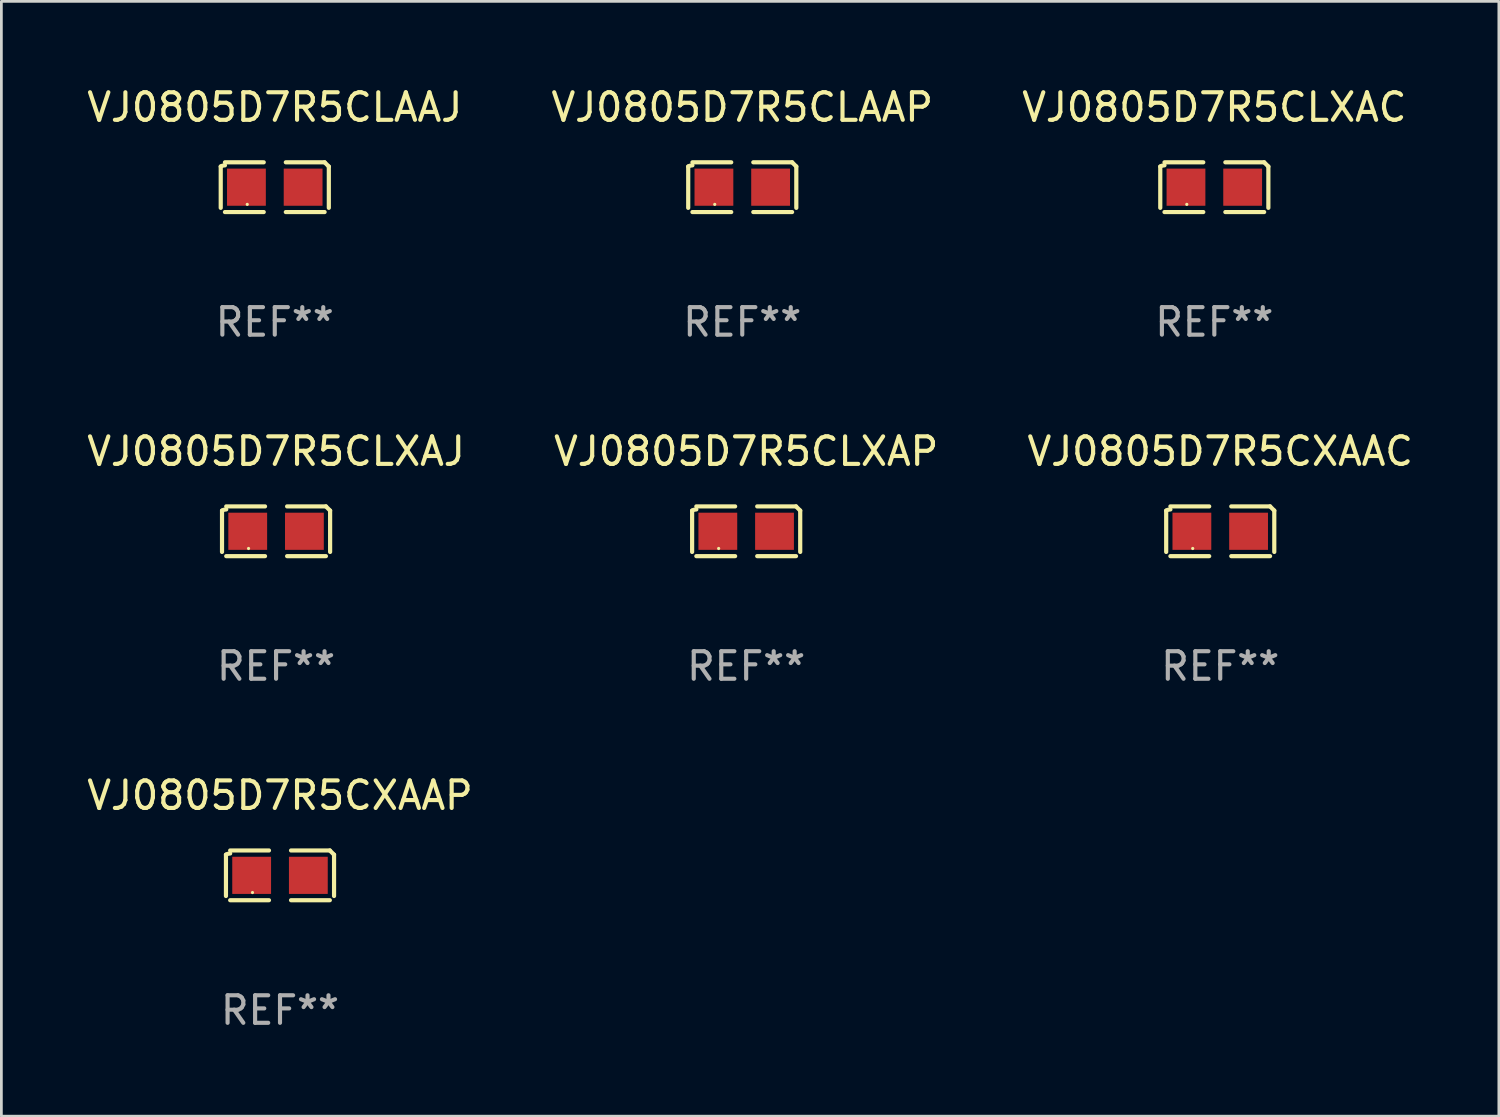
<source format=kicad_pcb>
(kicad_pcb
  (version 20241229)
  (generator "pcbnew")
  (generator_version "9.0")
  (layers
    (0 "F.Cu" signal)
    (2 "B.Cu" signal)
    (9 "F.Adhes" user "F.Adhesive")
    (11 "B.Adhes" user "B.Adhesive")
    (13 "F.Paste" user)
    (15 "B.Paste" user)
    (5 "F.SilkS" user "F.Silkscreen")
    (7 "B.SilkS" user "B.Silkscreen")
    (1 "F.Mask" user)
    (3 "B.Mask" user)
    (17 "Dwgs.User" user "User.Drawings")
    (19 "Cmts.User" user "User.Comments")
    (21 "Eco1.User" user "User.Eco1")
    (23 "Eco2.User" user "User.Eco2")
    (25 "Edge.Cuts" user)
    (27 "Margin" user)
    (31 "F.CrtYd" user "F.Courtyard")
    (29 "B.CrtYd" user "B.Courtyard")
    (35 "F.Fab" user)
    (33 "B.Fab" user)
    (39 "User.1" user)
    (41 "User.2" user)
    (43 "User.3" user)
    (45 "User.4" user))
  (footprint "VJ0805D7R5CLAAJ"
    (layer "F.Cu")
    (at 6.935 3.752)
    (property "Reference" "VJ0805D7R5CLAAJ" (at 0 -2.904 0) (layer "F.SilkS") (effects (font (size 1 1) (thickness 0.15))))
    (attr through_hole)
    (fp_line (start -1.964 0.751) (end -1.964 -0.751) (stroke (width 0.152) (type solid)) (layer "F.SilkS"))
    (fp_line (start -1.811 -0.904) (end -0.401 -0.904) (stroke (width 0.152) (type solid)) (layer "F.SilkS"))
    (fp_line (start -0.401 0.904) (end -1.811 0.904) (stroke (width 0.152) (type solid)) (layer "F.SilkS"))
    (fp_line (start 0.401 0.904) (end 1.811 0.904) (stroke (width 0.152) (type solid)) (layer "F.SilkS"))
    (fp_line (start 1.811 -0.904) (end 0.401 -0.904) (stroke (width 0.152) (type solid)) (layer "F.SilkS"))
    (fp_line (start 1.964 0.751) (end 1.964 -0.751) (stroke (width 0.152) (type solid)) (layer "F.SilkS"))
    (fp_arc (start -1.963602 -0.751207) (mid -1.890354 -0.783131) (end -1.811201 -0.794044) (stroke (width 0.1524) (type solid)) (layer "F.SilkS"))
    (fp_arc (start 1.811202 -0.903607) (mid 1.887413 -0.827418) (end 1.963602 -0.751207) (stroke (width 0.1524) (type solid)) (layer "F.SilkS"))
    (fp_circle (center -1 0.625) (end -0.97 0.625) (stroke (width 0.06) (type solid)) (fill no) (layer "F.SilkS"))
    (fp_text user "REF**" (at 0 4.904 0) (layer "F.Fab") (effects (font (size 1 1) (thickness 0.15))))
    (pad "1" smd rect (at -1.03 0) (size 1.41 1.35) (layers "F.Cu" "F.Mask" "F.Paste"))
    (pad "2" smd rect (at 1.03 0) (size 1.41 1.35) (layers "F.Cu" "F.Mask" "F.Paste")))
  (footprint "VJ0805D7R5CXAAC"
    (layer "F.Cu")
    (at 41.292 16.256)
    (property "Reference" "VJ0805D7R5CXAAC" (at 0 -2.904 0) (layer "F.SilkS") (effects (font (size 1 1) (thickness 0.15))))
    (attr through_hole)
    (fp_line (start -1.964 0.751) (end -1.964 -0.751) (stroke (width 0.152) (type solid)) (layer "F.SilkS"))
    (fp_line (start -1.811 -0.904) (end -0.401 -0.904) (stroke (width 0.152) (type solid)) (layer "F.SilkS"))
    (fp_line (start -0.401 0.904) (end -1.811 0.904) (stroke (width 0.152) (type solid)) (layer "F.SilkS"))
    (fp_line (start 0.401 0.904) (end 1.811 0.904) (stroke (width 0.152) (type solid)) (layer "F.SilkS"))
    (fp_line (start 1.811 -0.904) (end 0.401 -0.904) (stroke (width 0.152) (type solid)) (layer "F.SilkS"))
    (fp_line (start 1.964 0.751) (end 1.964 -0.751) (stroke (width 0.152) (type solid)) (layer "F.SilkS"))
    (fp_arc (start -1.963602 -0.751207) (mid -1.890354 -0.783131) (end -1.811201 -0.794044) (stroke (width 0.1524) (type solid)) (layer "F.SilkS"))
    (fp_arc (start 1.811202 -0.903607) (mid 1.887413 -0.827418) (end 1.963602 -0.751207) (stroke (width 0.1524) (type solid)) (layer "F.SilkS"))
    (fp_circle (center -1 0.625) (end -0.97 0.625) (stroke (width 0.06) (type solid)) (fill no) (layer "F.SilkS"))
    (fp_text user "REF**" (at 0 4.904 0) (layer "F.Fab") (effects (font (size 1 1) (thickness 0.15))))
    (pad "1" smd rect (at -1.03 0) (size 1.41 1.35) (layers "F.Cu" "F.Mask" "F.Paste"))
    (pad "2" smd rect (at 1.03 0) (size 1.41 1.35) (layers "F.Cu" "F.Mask" "F.Paste")))
  (footprint "VJ0805D7R5CXAAP"
    (layer "F.Cu")
    (at 7.125 28.759)
    (property "Reference" "VJ0805D7R5CXAAP" (at 0 -2.904 0) (layer "F.SilkS") (effects (font (size 1 1) (thickness 0.15))))
    (attr through_hole)
    (fp_line (start -1.964 0.751) (end -1.964 -0.751) (stroke (width 0.152) (type solid)) (layer "F.SilkS"))
    (fp_line (start -1.811 -0.904) (end -0.401 -0.904) (stroke (width 0.152) (type solid)) (layer "F.SilkS"))
    (fp_line (start -0.401 0.904) (end -1.811 0.904) (stroke (width 0.152) (type solid)) (layer "F.SilkS"))
    (fp_line (start 0.401 0.904) (end 1.811 0.904) (stroke (width 0.152) (type solid)) (layer "F.SilkS"))
    (fp_line (start 1.811 -0.904) (end 0.401 -0.904) (stroke (width 0.152) (type solid)) (layer "F.SilkS"))
    (fp_line (start 1.964 0.751) (end 1.964 -0.751) (stroke (width 0.152) (type solid)) (layer "F.SilkS"))
    (fp_arc (start -1.963602 -0.751207) (mid -1.890354 -0.783131) (end -1.811201 -0.794044) (stroke (width 0.1524) (type solid)) (layer "F.SilkS"))
    (fp_arc (start 1.811202 -0.903607) (mid 1.887413 -0.827418) (end 1.963602 -0.751207) (stroke (width 0.1524) (type solid)) (layer "F.SilkS"))
    (fp_circle (center -1 0.625) (end -0.97 0.625) (stroke (width 0.06) (type solid)) (fill no) (layer "F.SilkS"))
    (fp_text user "REF**" (at 0 4.904 0) (layer "F.Fab") (effects (font (size 1 1) (thickness 0.15))))
    (pad "1" smd rect (at -1.03 0) (size 1.41 1.35) (layers "F.Cu" "F.Mask" "F.Paste"))
    (pad "2" smd rect (at 1.03 0) (size 1.41 1.35) (layers "F.Cu" "F.Mask" "F.Paste")))
  (footprint "VJ0805D7R5CLXAC"
    (layer "F.Cu")
    (at 41.077 3.752)
    (property "Reference" "VJ0805D7R5CLXAC" (at 0 -2.904 0) (layer "F.SilkS") (effects (font (size 1 1) (thickness 0.15))))
    (attr through_hole)
    (fp_line (start -1.964 0.751) (end -1.964 -0.751) (stroke (width 0.152) (type solid)) (layer "F.SilkS"))
    (fp_line (start -1.811 -0.904) (end -0.401 -0.904) (stroke (width 0.152) (type solid)) (layer "F.SilkS"))
    (fp_line (start -0.401 0.904) (end -1.811 0.904) (stroke (width 0.152) (type solid)) (layer "F.SilkS"))
    (fp_line (start 0.401 0.904) (end 1.811 0.904) (stroke (width 0.152) (type solid)) (layer "F.SilkS"))
    (fp_line (start 1.811 -0.904) (end 0.401 -0.904) (stroke (width 0.152) (type solid)) (layer "F.SilkS"))
    (fp_line (start 1.964 0.751) (end 1.964 -0.751) (stroke (width 0.152) (type solid)) (layer "F.SilkS"))
    (fp_arc (start -1.963602 -0.751207) (mid -1.890354 -0.783131) (end -1.811201 -0.794044) (stroke (width 0.1524) (type solid)) (layer "F.SilkS"))
    (fp_arc (start 1.811202 -0.903607) (mid 1.887413 -0.827418) (end 1.963602 -0.751207) (stroke (width 0.1524) (type solid)) (layer "F.SilkS"))
    (fp_circle (center -1 0.625) (end -0.97 0.625) (stroke (width 0.06) (type solid)) (fill no) (layer "F.SilkS"))
    (fp_text user "REF**" (at 0 4.904 0) (layer "F.Fab") (effects (font (size 1 1) (thickness 0.15))))
    (pad "1" smd rect (at -1.03 0) (size 1.41 1.35) (layers "F.Cu" "F.Mask" "F.Paste"))
    (pad "2" smd rect (at 1.03 0) (size 1.41 1.35) (layers "F.Cu" "F.Mask" "F.Paste")))
  (footprint "VJ0805D7R5CLAAP"
    (layer "F.Cu")
    (at 23.923 3.752)
    (property "Reference" "VJ0805D7R5CLAAP" (at 0 -2.904 0) (layer "F.SilkS") (effects (font (size 1 1) (thickness 0.15))))
    (attr through_hole)
    (fp_line (start -1.964 0.751) (end -1.964 -0.751) (stroke (width 0.152) (type solid)) (layer "F.SilkS"))
    (fp_line (start -1.811 -0.904) (end -0.401 -0.904) (stroke (width 0.152) (type solid)) (layer "F.SilkS"))
    (fp_line (start -0.401 0.904) (end -1.811 0.904) (stroke (width 0.152) (type solid)) (layer "F.SilkS"))
    (fp_line (start 0.401 0.904) (end 1.811 0.904) (stroke (width 0.152) (type solid)) (layer "F.SilkS"))
    (fp_line (start 1.811 -0.904) (end 0.401 -0.904) (stroke (width 0.152) (type solid)) (layer "F.SilkS"))
    (fp_line (start 1.964 0.751) (end 1.964 -0.751) (stroke (width 0.152) (type solid)) (layer "F.SilkS"))
    (fp_arc (start -1.963602 -0.751207) (mid -1.890354 -0.783131) (end -1.811201 -0.794044) (stroke (width 0.1524) (type solid)) (layer "F.SilkS"))
    (fp_arc (start 1.811202 -0.903607) (mid 1.887413 -0.827418) (end 1.963602 -0.751207) (stroke (width 0.1524) (type solid)) (layer "F.SilkS"))
    (fp_circle (center -1 0.625) (end -0.97 0.625) (stroke (width 0.06) (type solid)) (fill no) (layer "F.SilkS"))
    (fp_text user "REF**" (at 0 4.904 0) (layer "F.Fab") (effects (font (size 1 1) (thickness 0.15))))
    (pad "1" smd rect (at -1.03 0) (size 1.41 1.35) (layers "F.Cu" "F.Mask" "F.Paste"))
    (pad "2" smd rect (at 1.03 0) (size 1.41 1.35) (layers "F.Cu" "F.Mask" "F.Paste")))
  (footprint "VJ0805D7R5CLXAP"
    (layer "F.Cu")
    (at 24.065 16.256)
    (property "Reference" "VJ0805D7R5CLXAP" (at 0 -2.904 0) (layer "F.SilkS") (effects (font (size 1 1) (thickness 0.15))))
    (attr through_hole)
    (fp_line (start -1.964 0.751) (end -1.964 -0.751) (stroke (width 0.152) (type solid)) (layer "F.SilkS"))
    (fp_line (start -1.811 -0.904) (end -0.401 -0.904) (stroke (width 0.152) (type solid)) (layer "F.SilkS"))
    (fp_line (start -0.401 0.904) (end -1.811 0.904) (stroke (width 0.152) (type solid)) (layer "F.SilkS"))
    (fp_line (start 0.401 0.904) (end 1.811 0.904) (stroke (width 0.152) (type solid)) (layer "F.SilkS"))
    (fp_line (start 1.811 -0.904) (end 0.401 -0.904) (stroke (width 0.152) (type solid)) (layer "F.SilkS"))
    (fp_line (start 1.964 0.751) (end 1.964 -0.751) (stroke (width 0.152) (type solid)) (layer "F.SilkS"))
    (fp_arc (start -1.963602 -0.751207) (mid -1.890354 -0.783131) (end -1.811201 -0.794044) (stroke (width 0.1524) (type solid)) (layer "F.SilkS"))
    (fp_arc (start 1.811202 -0.903607) (mid 1.887413 -0.827418) (end 1.963602 -0.751207) (stroke (width 0.1524) (type solid)) (layer "F.SilkS"))
    (fp_circle (center -1 0.625) (end -0.97 0.625) (stroke (width 0.06) (type solid)) (fill no) (layer "F.SilkS"))
    (fp_text user "REF**" (at 0 4.904 0) (layer "F.Fab") (effects (font (size 1 1) (thickness 0.15))))
    (pad "1" smd rect (at -1.03 0) (size 1.41 1.35) (layers "F.Cu" "F.Mask" "F.Paste"))
    (pad "2" smd rect (at 1.03 0) (size 1.41 1.35) (layers "F.Cu" "F.Mask" "F.Paste")))
  (footprint "VJ0805D7R5CLXAJ"
    (layer "F.Cu")
    (at 6.982 16.256)
    (property "Reference" "VJ0805D7R5CLXAJ" (at 0 -2.904 0) (layer "F.SilkS") (effects (font (size 1 1) (thickness 0.15))))
    (attr through_hole)
    (fp_line (start -1.964 0.751) (end -1.964 -0.751) (stroke (width 0.152) (type solid)) (layer "F.SilkS"))
    (fp_line (start -1.811 -0.904) (end -0.401 -0.904) (stroke (width 0.152) (type solid)) (layer "F.SilkS"))
    (fp_line (start -0.401 0.904) (end -1.811 0.904) (stroke (width 0.152) (type solid)) (layer "F.SilkS"))
    (fp_line (start 0.401 0.904) (end 1.811 0.904) (stroke (width 0.152) (type solid)) (layer "F.SilkS"))
    (fp_line (start 1.811 -0.904) (end 0.401 -0.904) (stroke (width 0.152) (type solid)) (layer "F.SilkS"))
    (fp_line (start 1.964 0.751) (end 1.964 -0.751) (stroke (width 0.152) (type solid)) (layer "F.SilkS"))
    (fp_arc (start -1.963602 -0.751207) (mid -1.890354 -0.783131) (end -1.811201 -0.794044) (stroke (width 0.1524) (type solid)) (layer "F.SilkS"))
    (fp_arc (start 1.811202 -0.903607) (mid 1.887413 -0.827418) (end 1.963602 -0.751207) (stroke (width 0.1524) (type solid)) (layer "F.SilkS"))
    (fp_circle (center -1 0.625) (end -0.97 0.625) (stroke (width 0.06) (type solid)) (fill no) (layer "F.SilkS"))
    (fp_text user "REF**" (at 0 4.904 0) (layer "F.Fab") (effects (font (size 1 1) (thickness 0.15))))
    (pad "1" smd rect (at -1.03 0) (size 1.41 1.35) (layers "F.Cu" "F.Mask" "F.Paste"))
    (pad "2" smd rect (at 1.03 0) (size 1.41 1.35) (layers "F.Cu" "F.Mask" "F.Paste")))
  (gr_rect
    (start -3 -3)
    (end 51.417 37.511)
    (stroke (width 0.1) (type default))
    (fill no)
    (layer "Edge.Cuts")))
</source>
